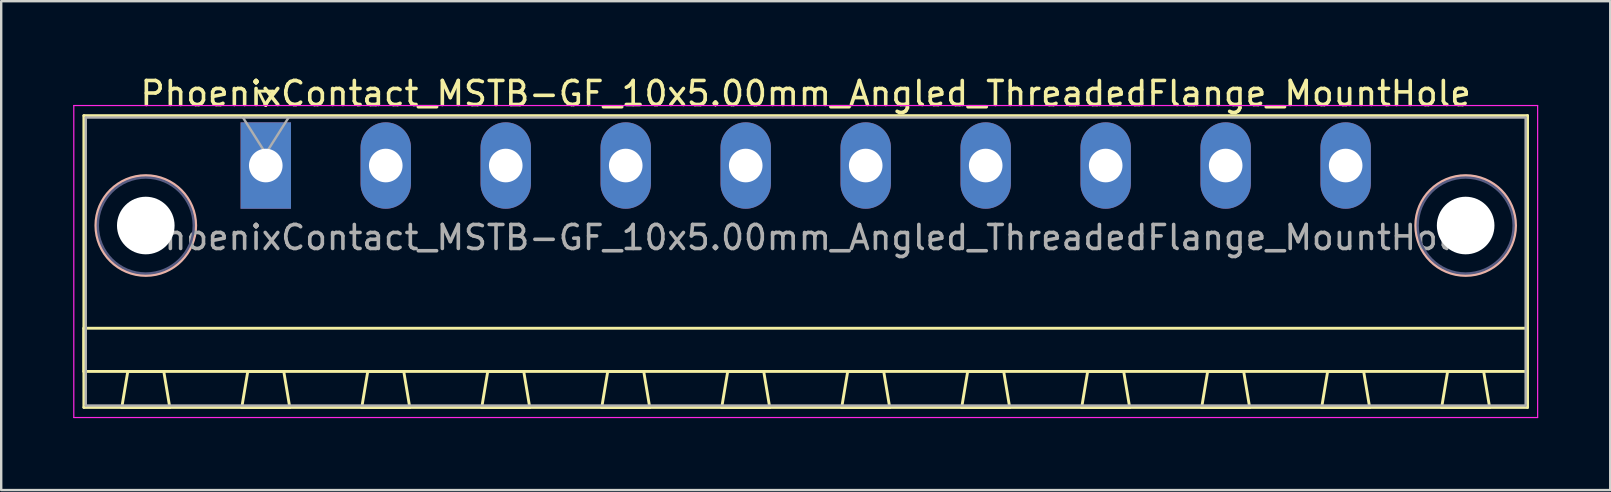
<source format=kicad_pcb>
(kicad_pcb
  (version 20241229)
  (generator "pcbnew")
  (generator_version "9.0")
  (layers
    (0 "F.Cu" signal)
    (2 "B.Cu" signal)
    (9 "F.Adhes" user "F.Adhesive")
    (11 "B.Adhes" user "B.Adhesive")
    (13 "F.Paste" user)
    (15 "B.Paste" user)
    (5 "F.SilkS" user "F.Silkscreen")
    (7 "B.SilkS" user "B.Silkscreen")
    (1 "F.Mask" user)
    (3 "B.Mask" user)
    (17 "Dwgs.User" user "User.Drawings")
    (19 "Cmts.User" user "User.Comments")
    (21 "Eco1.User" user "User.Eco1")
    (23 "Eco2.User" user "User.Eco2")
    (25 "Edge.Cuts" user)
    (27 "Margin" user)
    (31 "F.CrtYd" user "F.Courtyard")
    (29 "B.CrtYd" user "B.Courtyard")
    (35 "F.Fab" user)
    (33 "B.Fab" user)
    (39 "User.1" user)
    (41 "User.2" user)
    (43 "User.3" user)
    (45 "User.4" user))
  (footprint "PhoenixContact_MSTB-GF_10x5.00mm_Angled_ThreadedFlange_MountHole"
    (layer "F.Cu")
    (at 8.025 3.848)
    (property "Reference" "PhoenixContact_MSTB-GF_10x5.00mm_Angled_ThreadedFlange_MountHole" (at 22.5 -3 0) (layer "F.SilkS") (effects (font (size 1 1) (thickness 0.15))))
    (attr through_hole)
    (fp_line (start -7.58 -2.08) (end -7.58 10.08) (stroke (width 0.12) (type solid)) (layer "F.SilkS"))
    (fp_line (start -7.58 6.78) (end 52.58 6.78) (stroke (width 0.12) (type solid)) (layer "F.SilkS"))
    (fp_line (start -7.58 8.58) (end -7.58 6.78) (stroke (width 0.12) (type solid)) (layer "F.SilkS"))
    (fp_line (start -7.58 10.08) (end 52.58 10.08) (stroke (width 0.12) (type solid)) (layer "F.SilkS"))
    (fp_line (start -6 10.08) (end -4 10.08) (stroke (width 0.12) (type solid)) (layer "F.SilkS"))
    (fp_line (start -5.75 8.58) (end -6 10.08) (stroke (width 0.12) (type solid)) (layer "F.SilkS"))
    (fp_line (start -4.25 8.58) (end -5.75 8.58) (stroke (width 0.12) (type solid)) (layer "F.SilkS"))
    (fp_line (start -4 10.08) (end -4.25 8.58) (stroke (width 0.12) (type solid)) (layer "F.SilkS"))
    (fp_line (start -1 10.08) (end 1 10.08) (stroke (width 0.12) (type solid)) (layer "F.SilkS"))
    (fp_line (start -0.75 8.58) (end -1 10.08) (stroke (width 0.12) (type solid)) (layer "F.SilkS"))
    (fp_line (start -0.3 -3.1) (end 0.3 -3.1) (stroke (width 0.12) (type solid)) (layer "F.SilkS"))
    (fp_line (start 0 -2.5) (end -0.3 -3.1) (stroke (width 0.12) (type solid)) (layer "F.SilkS"))
    (fp_line (start 0.3 -3.1) (end 0 -2.5) (stroke (width 0.12) (type solid)) (layer "F.SilkS"))
    (fp_line (start 0.75 8.58) (end -0.75 8.58) (stroke (width 0.12) (type solid)) (layer "F.SilkS"))
    (fp_line (start 1 10.08) (end 0.75 8.58) (stroke (width 0.12) (type solid)) (layer "F.SilkS"))
    (fp_line (start 4 10.08) (end 6 10.08) (stroke (width 0.12) (type solid)) (layer "F.SilkS"))
    (fp_line (start 4.25 8.58) (end 4 10.08) (stroke (width 0.12) (type solid)) (layer "F.SilkS"))
    (fp_line (start 5.75 8.58) (end 4.25 8.58) (stroke (width 0.12) (type solid)) (layer "F.SilkS"))
    (fp_line (start 6 10.08) (end 5.75 8.58) (stroke (width 0.12) (type solid)) (layer "F.SilkS"))
    (fp_line (start 9 10.08) (end 11 10.08) (stroke (width 0.12) (type solid)) (layer "F.SilkS"))
    (fp_line (start 9.25 8.58) (end 9 10.08) (stroke (width 0.12) (type solid)) (layer "F.SilkS"))
    (fp_line (start 10.75 8.58) (end 9.25 8.58) (stroke (width 0.12) (type solid)) (layer "F.SilkS"))
    (fp_line (start 11 10.08) (end 10.75 8.58) (stroke (width 0.12) (type solid)) (layer "F.SilkS"))
    (fp_line (start 14 10.08) (end 16 10.08) (stroke (width 0.12) (type solid)) (layer "F.SilkS"))
    (fp_line (start 14.25 8.58) (end 14 10.08) (stroke (width 0.12) (type solid)) (layer "F.SilkS"))
    (fp_line (start 15.75 8.58) (end 14.25 8.58) (stroke (width 0.12) (type solid)) (layer "F.SilkS"))
    (fp_line (start 16 10.08) (end 15.75 8.58) (stroke (width 0.12) (type solid)) (layer "F.SilkS"))
    (fp_line (start 19 10.08) (end 21 10.08) (stroke (width 0.12) (type solid)) (layer "F.SilkS"))
    (fp_line (start 19.25 8.58) (end 19 10.08) (stroke (width 0.12) (type solid)) (layer "F.SilkS"))
    (fp_line (start 20.75 8.58) (end 19.25 8.58) (stroke (width 0.12) (type solid)) (layer "F.SilkS"))
    (fp_line (start 21 10.08) (end 20.75 8.58) (stroke (width 0.12) (type solid)) (layer "F.SilkS"))
    (fp_line (start 24 10.08) (end 26 10.08) (stroke (width 0.12) (type solid)) (layer "F.SilkS"))
    (fp_line (start 24.25 8.58) (end 24 10.08) (stroke (width 0.12) (type solid)) (layer "F.SilkS"))
    (fp_line (start 25.75 8.58) (end 24.25 8.58) (stroke (width 0.12) (type solid)) (layer "F.SilkS"))
    (fp_line (start 26 10.08) (end 25.75 8.58) (stroke (width 0.12) (type solid)) (layer "F.SilkS"))
    (fp_line (start 29 10.08) (end 31 10.08) (stroke (width 0.12) (type solid)) (layer "F.SilkS"))
    (fp_line (start 29.25 8.58) (end 29 10.08) (stroke (width 0.12) (type solid)) (layer "F.SilkS"))
    (fp_line (start 30.75 8.58) (end 29.25 8.58) (stroke (width 0.12) (type solid)) (layer "F.SilkS"))
    (fp_line (start 31 10.08) (end 30.75 8.58) (stroke (width 0.12) (type solid)) (layer "F.SilkS"))
    (fp_line (start 34 10.08) (end 36 10.08) (stroke (width 0.12) (type solid)) (layer "F.SilkS"))
    (fp_line (start 34.25 8.58) (end 34 10.08) (stroke (width 0.12) (type solid)) (layer "F.SilkS"))
    (fp_line (start 35.75 8.58) (end 34.25 8.58) (stroke (width 0.12) (type solid)) (layer "F.SilkS"))
    (fp_line (start 36 10.08) (end 35.75 8.58) (stroke (width 0.12) (type solid)) (layer "F.SilkS"))
    (fp_line (start 39 10.08) (end 41 10.08) (stroke (width 0.12) (type solid)) (layer "F.SilkS"))
    (fp_line (start 39.25 8.58) (end 39 10.08) (stroke (width 0.12) (type solid)) (layer "F.SilkS"))
    (fp_line (start 40.75 8.58) (end 39.25 8.58) (stroke (width 0.12) (type solid)) (layer "F.SilkS"))
    (fp_line (start 41 10.08) (end 40.75 8.58) (stroke (width 0.12) (type solid)) (layer "F.SilkS"))
    (fp_line (start 44 10.08) (end 46 10.08) (stroke (width 0.12) (type solid)) (layer "F.SilkS"))
    (fp_line (start 44.25 8.58) (end 44 10.08) (stroke (width 0.12) (type solid)) (layer "F.SilkS"))
    (fp_line (start 45.75 8.58) (end 44.25 8.58) (stroke (width 0.12) (type solid)) (layer "F.SilkS"))
    (fp_line (start 46 10.08) (end 45.75 8.58) (stroke (width 0.12) (type solid)) (layer "F.SilkS"))
    (fp_line (start 49 10.08) (end 51 10.08) (stroke (width 0.12) (type solid)) (layer "F.SilkS"))
    (fp_line (start 49.25 8.58) (end 49 10.08) (stroke (width 0.12) (type solid)) (layer "F.SilkS"))
    (fp_line (start 50.75 8.58) (end 49.25 8.58) (stroke (width 0.12) (type solid)) (layer "F.SilkS"))
    (fp_line (start 51 10.08) (end 50.75 8.58) (stroke (width 0.12) (type solid)) (layer "F.SilkS"))
    (fp_line (start 52.58 -2.08) (end -7.58 -2.08) (stroke (width 0.12) (type solid)) (layer "F.SilkS"))
    (fp_line (start 52.58 6.78) (end 52.58 8.58) (stroke (width 0.12) (type solid)) (layer "F.SilkS"))
    (fp_line (start 52.58 8.58) (end -7.58 8.58) (stroke (width 0.12) (type solid)) (layer "F.SilkS"))
    (fp_line (start 52.58 10.08) (end 52.58 -2.08) (stroke (width 0.12) (type solid)) (layer "F.SilkS"))
    (fp_circle (center -5 2.5) (end -2.92 2.5) (stroke (width 0.12) (type solid)) (fill no) (layer "B.SilkS"))
    (fp_circle (center 50 2.5) (end 52.08 2.5) (stroke (width 0.12) (type solid)) (fill no) (layer "B.SilkS"))
    (fp_line (start -8 -2.5) (end -8 10.5) (stroke (width 0.05) (type solid)) (layer "F.CrtYd"))
    (fp_line (start -8 10.5) (end 53 10.5) (stroke (width 0.05) (type solid)) (layer "F.CrtYd"))
    (fp_line (start 53 -2.5) (end -8 -2.5) (stroke (width 0.05) (type solid)) (layer "F.CrtYd"))
    (fp_line (start 53 10.5) (end 53 -2.5) (stroke (width 0.05) (type solid)) (layer "F.CrtYd"))
    (fp_circle (center -5 2.5) (end -3 2.5) (stroke (width 0.1) (type solid)) (fill no) (layer "B.Fab"))
    (fp_circle (center 50 2.5) (end 52 2.5) (stroke (width 0.1) (type solid)) (fill no) (layer "B.Fab"))
    (fp_line (start -7.5 -2) (end -7.5 10) (stroke (width 0.1) (type solid)) (layer "F.Fab"))
    (fp_line (start -7.5 10) (end 52.5 10) (stroke (width 0.1) (type solid)) (layer "F.Fab"))
    (fp_line (start 0 -0.5) (end -0.95 -2) (stroke (width 0.1) (type solid)) (layer "F.Fab"))
    (fp_line (start 0.95 -2) (end 0 -0.5) (stroke (width 0.1) (type solid)) (layer "F.Fab"))
    (fp_line (start 52.5 -2) (end -7.5 -2) (stroke (width 0.1) (type solid)) (layer "F.Fab"))
    (fp_line (start 52.5 10) (end 52.5 -2) (stroke (width 0.1) (type solid)) (layer "F.Fab"))
    (fp_text user "${REFERENCE}" (at 22.5 3 0) (layer "F.Fab") (effects (font (size 1 1) (thickness 0.15))))
    (pad "" np_thru_hole circle (at -5 2.5) (size 2.4 2.4) (drill 2.4) (layers "*.Cu" "*.Mask"))
    (pad "" np_thru_hole circle (at 50 2.5) (size 2.4 2.4) (drill 2.4) (layers "*.Cu" "*.Mask"))
    (pad "1" thru_hole rect (at 0 0) (size 2.1 3.6) (drill 1.4) (layers "*.Cu" "*.Mask"))
    (pad "2" thru_hole oval (at 5 0) (size 2.1 3.6) (drill 1.4) (layers "*.Cu" "*.Mask"))
    (pad "3" thru_hole oval (at 10 0) (size 2.1 3.6) (drill 1.4) (layers "*.Cu" "*.Mask"))
    (pad "4" thru_hole oval (at 15 0) (size 2.1 3.6) (drill 1.4) (layers "*.Cu" "*.Mask"))
    (pad "5" thru_hole oval (at 20 0) (size 2.1 3.6) (drill 1.4) (layers "*.Cu" "*.Mask"))
    (pad "6" thru_hole oval (at 25 0) (size 2.1 3.6) (drill 1.4) (layers "*.Cu" "*.Mask"))
    (pad "7" thru_hole oval (at 30 0) (size 2.1 3.6) (drill 1.4) (layers "*.Cu" "*.Mask"))
    (pad "8" thru_hole oval (at 35 0) (size 2.1 3.6) (drill 1.4) (layers "*.Cu" "*.Mask"))
    (pad "9" thru_hole oval (at 40 0) (size 2.1 3.6) (drill 1.4) (layers "*.Cu" "*.Mask"))
    (pad "10" thru_hole oval (at 45 0) (size 2.1 3.6) (drill 1.4) (layers "*.Cu" "*.Mask")))
  (gr_rect
    (start -3 -3)
    (end 64.05 17.373)
    (stroke (width 0.1) (type default))
    (fill no)
    (layer "Edge.Cuts")))
</source>
